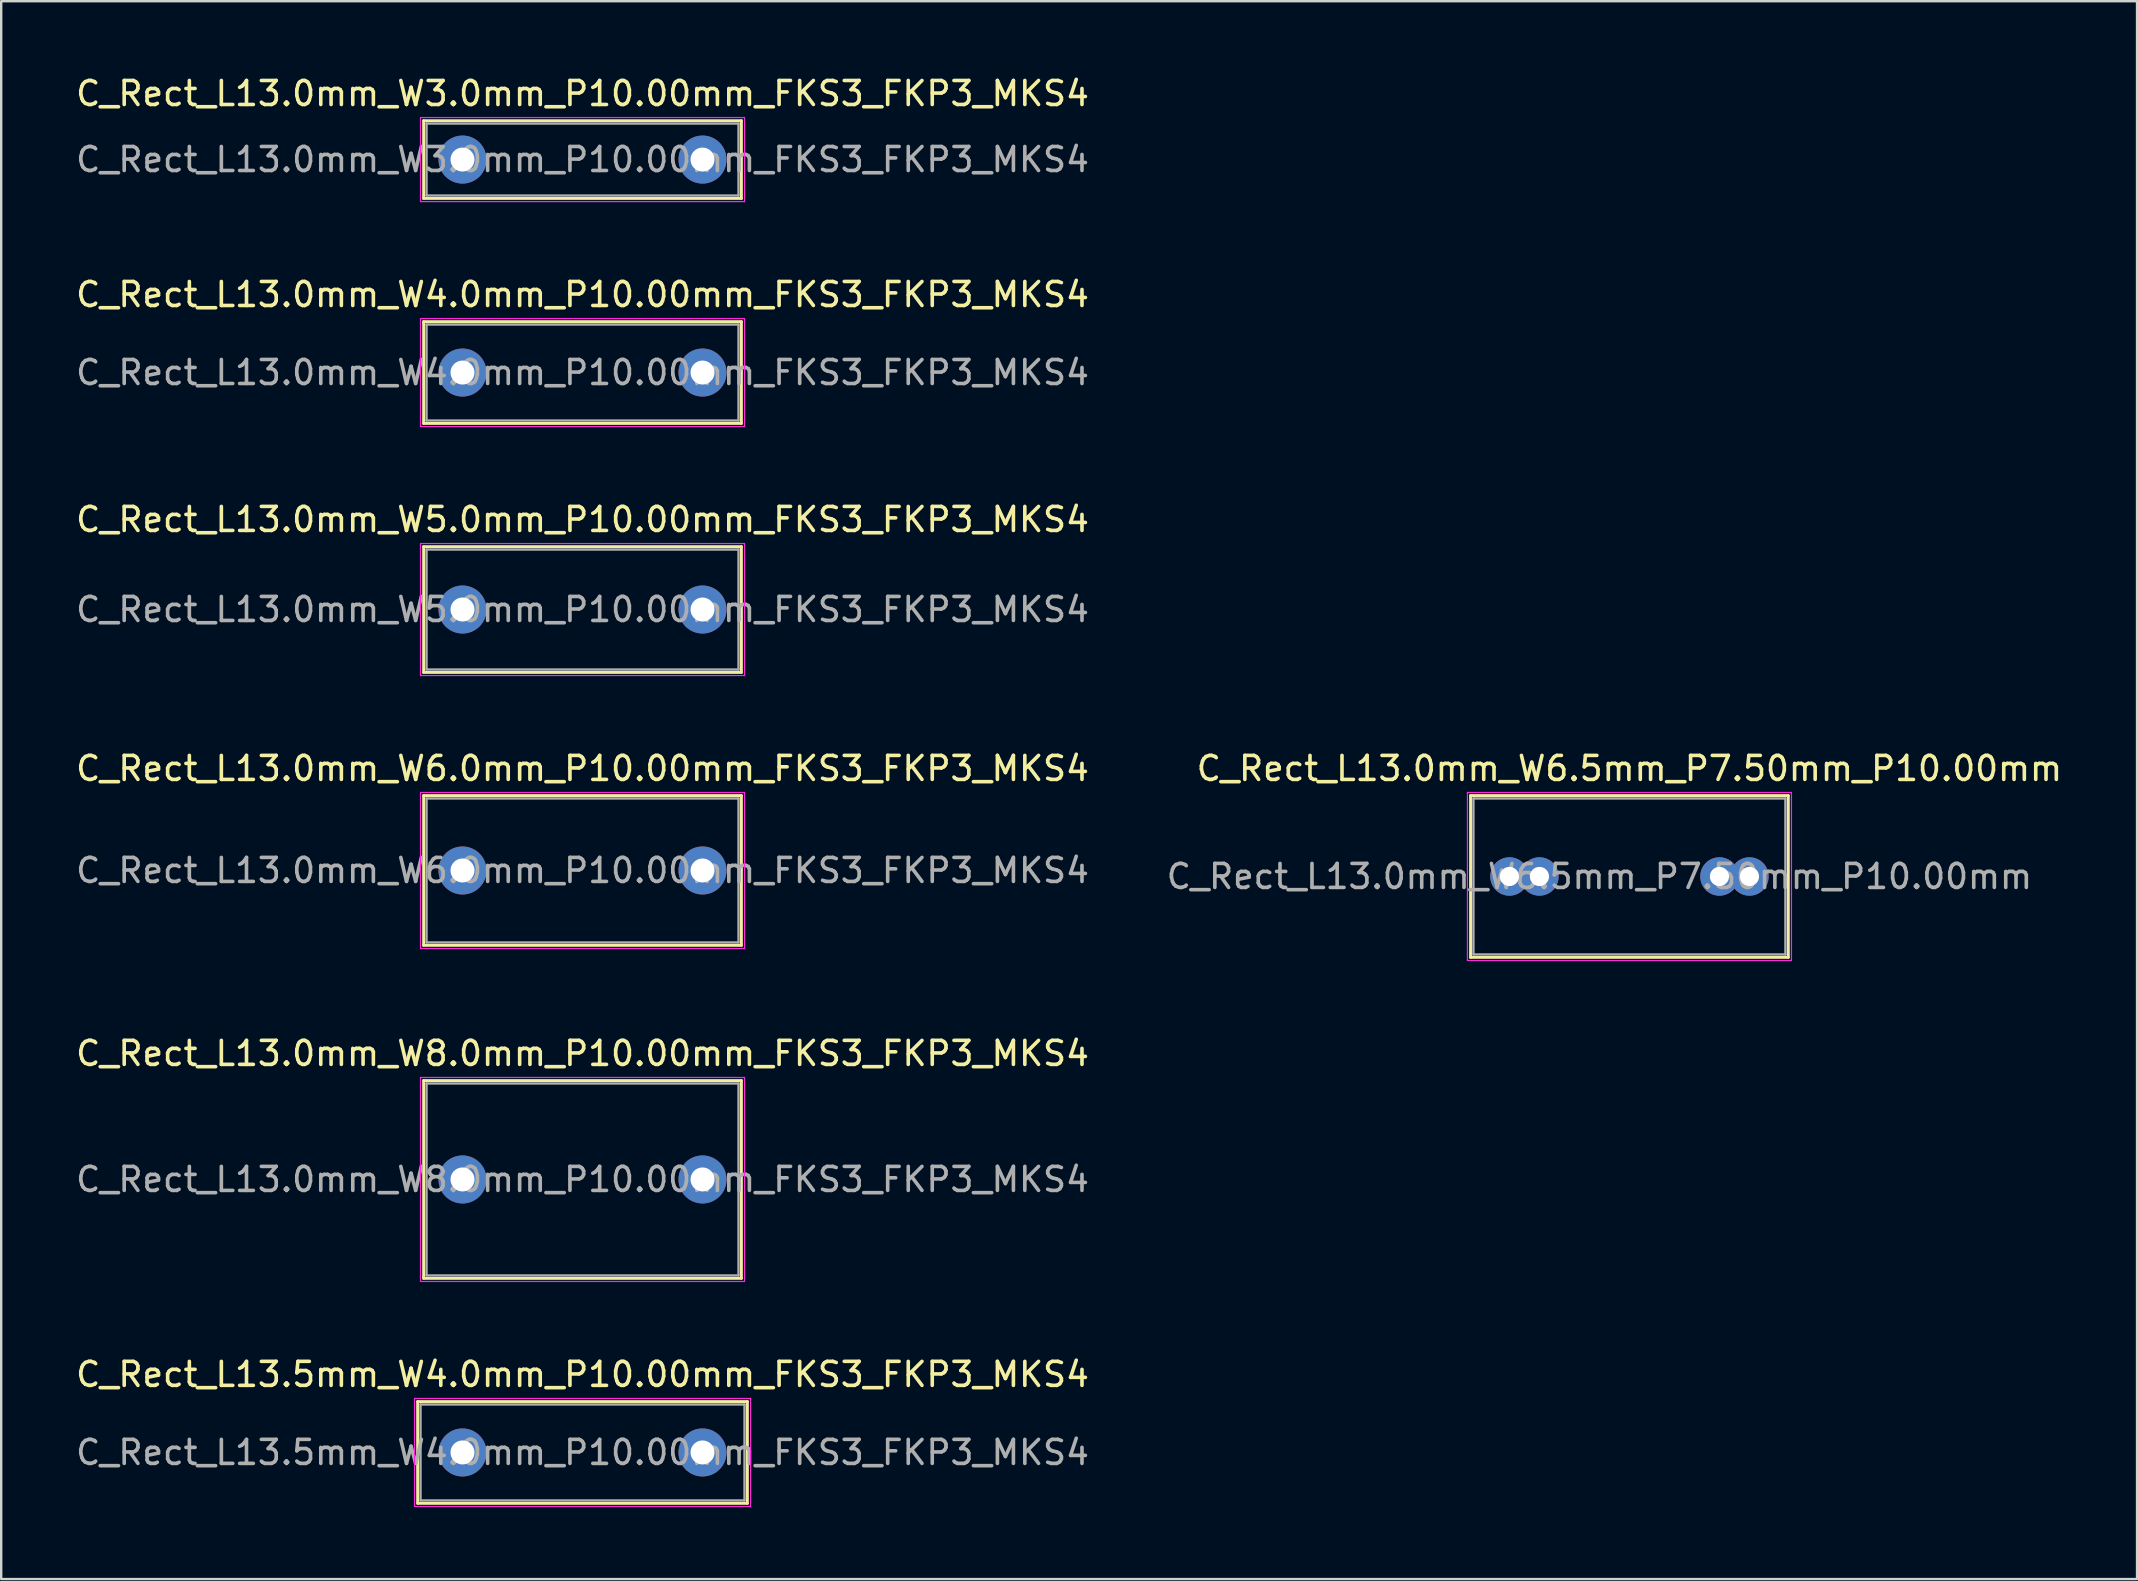
<source format=kicad_pcb>
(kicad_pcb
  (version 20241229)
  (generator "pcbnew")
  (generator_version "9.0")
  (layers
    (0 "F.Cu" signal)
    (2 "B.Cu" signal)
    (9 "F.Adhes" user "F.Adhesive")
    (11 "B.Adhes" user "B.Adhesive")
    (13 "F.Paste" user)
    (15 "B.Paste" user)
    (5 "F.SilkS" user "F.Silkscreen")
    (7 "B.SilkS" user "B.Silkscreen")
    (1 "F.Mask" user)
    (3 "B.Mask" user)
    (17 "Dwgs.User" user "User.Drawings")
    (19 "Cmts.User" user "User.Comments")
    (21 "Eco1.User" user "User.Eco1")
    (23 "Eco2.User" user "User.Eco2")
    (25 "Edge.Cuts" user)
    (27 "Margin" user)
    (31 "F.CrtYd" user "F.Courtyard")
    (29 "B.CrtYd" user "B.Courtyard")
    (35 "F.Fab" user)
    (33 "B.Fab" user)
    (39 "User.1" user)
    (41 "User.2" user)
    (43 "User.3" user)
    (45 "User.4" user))
  (footprint "C_Rect_L13.0mm_W3.0mm_P10.00mm_FKS3_FKP3_MKS4"
    (layer "F.Cu")
    (at 16.22 3.598)
    (property "Reference" "C_Rect_L13.0mm_W3.0mm_P10.00mm_FKS3_FKP3_MKS4" (at 5 -2.75 0) (layer "F.SilkS") (effects (font (size 1 1) (thickness 0.15))))
    (attr through_hole)
    (fp_line (start -1.62 -1.62) (end -1.62 1.62) (stroke (width 0.12) (type solid)) (layer "F.SilkS"))
    (fp_line (start -1.62 -1.62) (end 11.62 -1.62) (stroke (width 0.12) (type solid)) (layer "F.SilkS"))
    (fp_line (start -1.62 1.62) (end 11.62 1.62) (stroke (width 0.12) (type solid)) (layer "F.SilkS"))
    (fp_line (start 11.62 -1.62) (end 11.62 1.62) (stroke (width 0.12) (type solid)) (layer "F.SilkS"))
    (fp_line (start -1.75 -1.75) (end -1.75 1.75) (stroke (width 0.05) (type solid)) (layer "F.CrtYd"))
    (fp_line (start -1.75 1.75) (end 11.75 1.75) (stroke (width 0.05) (type solid)) (layer "F.CrtYd"))
    (fp_line (start 11.75 -1.75) (end -1.75 -1.75) (stroke (width 0.05) (type solid)) (layer "F.CrtYd"))
    (fp_line (start 11.75 1.75) (end 11.75 -1.75) (stroke (width 0.05) (type solid)) (layer "F.CrtYd"))
    (fp_line (start -1.5 -1.5) (end -1.5 1.5) (stroke (width 0.1) (type solid)) (layer "F.Fab"))
    (fp_line (start -1.5 1.5) (end 11.5 1.5) (stroke (width 0.1) (type solid)) (layer "F.Fab"))
    (fp_line (start 11.5 -1.5) (end -1.5 -1.5) (stroke (width 0.1) (type solid)) (layer "F.Fab"))
    (fp_line (start 11.5 1.5) (end 11.5 -1.5) (stroke (width 0.1) (type solid)) (layer "F.Fab"))
    (fp_text user "${REFERENCE}" (at 5 0 0) (layer "F.Fab") (effects (font (size 1 1) (thickness 0.15))))
    (pad "1" thru_hole circle (at 0 0) (size 2 2) (drill 1) (layers "*.Cu" "*.Mask"))
    (pad "2" thru_hole circle (at 10 0) (size 2 2) (drill 1) (layers "*.Cu" "*.Mask")))
  (footprint "C_Rect_L13.0mm_W4.0mm_P10.00mm_FKS3_FKP3_MKS4"
    (layer "F.Cu")
    (at 16.22 12.472)
    (property "Reference" "C_Rect_L13.0mm_W4.0mm_P10.00mm_FKS3_FKP3_MKS4" (at 5 -3.25 0) (layer "F.SilkS") (effects (font (size 1 1) (thickness 0.15))))
    (attr through_hole)
    (fp_line (start -1.62 -2.12) (end -1.62 2.12) (stroke (width 0.12) (type solid)) (layer "F.SilkS"))
    (fp_line (start -1.62 -2.12) (end 11.62 -2.12) (stroke (width 0.12) (type solid)) (layer "F.SilkS"))
    (fp_line (start -1.62 2.12) (end 11.62 2.12) (stroke (width 0.12) (type solid)) (layer "F.SilkS"))
    (fp_line (start 11.62 -2.12) (end 11.62 2.12) (stroke (width 0.12) (type solid)) (layer "F.SilkS"))
    (fp_line (start -1.75 -2.25) (end -1.75 2.25) (stroke (width 0.05) (type solid)) (layer "F.CrtYd"))
    (fp_line (start -1.75 2.25) (end 11.75 2.25) (stroke (width 0.05) (type solid)) (layer "F.CrtYd"))
    (fp_line (start 11.75 -2.25) (end -1.75 -2.25) (stroke (width 0.05) (type solid)) (layer "F.CrtYd"))
    (fp_line (start 11.75 2.25) (end 11.75 -2.25) (stroke (width 0.05) (type solid)) (layer "F.CrtYd"))
    (fp_line (start -1.5 -2) (end -1.5 2) (stroke (width 0.1) (type solid)) (layer "F.Fab"))
    (fp_line (start -1.5 2) (end 11.5 2) (stroke (width 0.1) (type solid)) (layer "F.Fab"))
    (fp_line (start 11.5 -2) (end -1.5 -2) (stroke (width 0.1) (type solid)) (layer "F.Fab"))
    (fp_line (start 11.5 2) (end 11.5 -2) (stroke (width 0.1) (type solid)) (layer "F.Fab"))
    (fp_text user "${REFERENCE}" (at 5 0 0) (layer "F.Fab") (effects (font (size 1 1) (thickness 0.15))))
    (pad "1" thru_hole circle (at 0 0) (size 2 2) (drill 1) (layers "*.Cu" "*.Mask"))
    (pad "2" thru_hole circle (at 10 0) (size 2 2) (drill 1) (layers "*.Cu" "*.Mask")))
  (footprint "C_Rect_L13.0mm_W6.0mm_P10.00mm_FKS3_FKP3_MKS4"
    (layer "F.Cu")
    (at 16.22 33.218)
    (property "Reference" "C_Rect_L13.0mm_W6.0mm_P10.00mm_FKS3_FKP3_MKS4" (at 5 -4.25 0) (layer "F.SilkS") (effects (font (size 1 1) (thickness 0.15))))
    (attr through_hole)
    (fp_line (start -1.62 -3.12) (end -1.62 3.12) (stroke (width 0.12) (type solid)) (layer "F.SilkS"))
    (fp_line (start -1.62 -3.12) (end 11.62 -3.12) (stroke (width 0.12) (type solid)) (layer "F.SilkS"))
    (fp_line (start -1.62 3.12) (end 11.62 3.12) (stroke (width 0.12) (type solid)) (layer "F.SilkS"))
    (fp_line (start 11.62 -3.12) (end 11.62 3.12) (stroke (width 0.12) (type solid)) (layer "F.SilkS"))
    (fp_line (start -1.75 -3.25) (end -1.75 3.25) (stroke (width 0.05) (type solid)) (layer "F.CrtYd"))
    (fp_line (start -1.75 3.25) (end 11.75 3.25) (stroke (width 0.05) (type solid)) (layer "F.CrtYd"))
    (fp_line (start 11.75 -3.25) (end -1.75 -3.25) (stroke (width 0.05) (type solid)) (layer "F.CrtYd"))
    (fp_line (start 11.75 3.25) (end 11.75 -3.25) (stroke (width 0.05) (type solid)) (layer "F.CrtYd"))
    (fp_line (start -1.5 -3) (end -1.5 3) (stroke (width 0.1) (type solid)) (layer "F.Fab"))
    (fp_line (start -1.5 3) (end 11.5 3) (stroke (width 0.1) (type solid)) (layer "F.Fab"))
    (fp_line (start 11.5 -3) (end -1.5 -3) (stroke (width 0.1) (type solid)) (layer "F.Fab"))
    (fp_line (start 11.5 3) (end 11.5 -3) (stroke (width 0.1) (type solid)) (layer "F.Fab"))
    (fp_text user "${REFERENCE}" (at 5 0 0) (layer "F.Fab") (effects (font (size 1 1) (thickness 0.15))))
    (pad "1" thru_hole circle (at 0 0) (size 2 2) (drill 1) (layers "*.Cu" "*.Mask"))
    (pad "2" thru_hole circle (at 10 0) (size 2 2) (drill 1) (layers "*.Cu" "*.Mask")))
  (footprint "C_Rect_L13.0mm_W8.0mm_P10.00mm_FKS3_FKP3_MKS4"
    (layer "F.Cu")
    (at 16.22 46.091)
    (property "Reference" "C_Rect_L13.0mm_W8.0mm_P10.00mm_FKS3_FKP3_MKS4" (at 5 -5.25 0) (layer "F.SilkS") (effects (font (size 1 1) (thickness 0.15))))
    (attr through_hole)
    (fp_line (start -1.62 -4.12) (end -1.62 4.12) (stroke (width 0.12) (type solid)) (layer "F.SilkS"))
    (fp_line (start -1.62 -4.12) (end 11.62 -4.12) (stroke (width 0.12) (type solid)) (layer "F.SilkS"))
    (fp_line (start -1.62 4.12) (end 11.62 4.12) (stroke (width 0.12) (type solid)) (layer "F.SilkS"))
    (fp_line (start 11.62 -4.12) (end 11.62 4.12) (stroke (width 0.12) (type solid)) (layer "F.SilkS"))
    (fp_line (start -1.75 -4.25) (end -1.75 4.25) (stroke (width 0.05) (type solid)) (layer "F.CrtYd"))
    (fp_line (start -1.75 4.25) (end 11.75 4.25) (stroke (width 0.05) (type solid)) (layer "F.CrtYd"))
    (fp_line (start 11.75 -4.25) (end -1.75 -4.25) (stroke (width 0.05) (type solid)) (layer "F.CrtYd"))
    (fp_line (start 11.75 4.25) (end 11.75 -4.25) (stroke (width 0.05) (type solid)) (layer "F.CrtYd"))
    (fp_line (start -1.5 -4) (end -1.5 4) (stroke (width 0.1) (type solid)) (layer "F.Fab"))
    (fp_line (start -1.5 4) (end 11.5 4) (stroke (width 0.1) (type solid)) (layer "F.Fab"))
    (fp_line (start 11.5 -4) (end -1.5 -4) (stroke (width 0.1) (type solid)) (layer "F.Fab"))
    (fp_line (start 11.5 4) (end 11.5 -4) (stroke (width 0.1) (type solid)) (layer "F.Fab"))
    (fp_text user "${REFERENCE}" (at 5 0 0) (layer "F.Fab") (effects (font (size 1 1) (thickness 0.15))))
    (pad "1" thru_hole circle (at 0 0) (size 2 2) (drill 1) (layers "*.Cu" "*.Mask"))
    (pad "2" thru_hole circle (at 10 0) (size 2 2) (drill 1) (layers "*.Cu" "*.Mask")))
  (footprint "C_Rect_L13.5mm_W4.0mm_P10.00mm_FKS3_FKP3_MKS4"
    (layer "F.Cu")
    (at 16.22 57.465)
    (property "Reference" "C_Rect_L13.5mm_W4.0mm_P10.00mm_FKS3_FKP3_MKS4" (at 5 -3.25 0) (layer "F.SilkS") (effects (font (size 1 1) (thickness 0.15))))
    (attr through_hole)
    (fp_line (start -1.87 -2.12) (end -1.87 2.12) (stroke (width 0.12) (type solid)) (layer "F.SilkS"))
    (fp_line (start -1.87 -2.12) (end 11.87 -2.12) (stroke (width 0.12) (type solid)) (layer "F.SilkS"))
    (fp_line (start -1.87 2.12) (end 11.87 2.12) (stroke (width 0.12) (type solid)) (layer "F.SilkS"))
    (fp_line (start 11.87 -2.12) (end 11.87 2.12) (stroke (width 0.12) (type solid)) (layer "F.SilkS"))
    (fp_line (start -2 -2.25) (end -2 2.25) (stroke (width 0.05) (type solid)) (layer "F.CrtYd"))
    (fp_line (start -2 2.25) (end 12 2.25) (stroke (width 0.05) (type solid)) (layer "F.CrtYd"))
    (fp_line (start 12 -2.25) (end -2 -2.25) (stroke (width 0.05) (type solid)) (layer "F.CrtYd"))
    (fp_line (start 12 2.25) (end 12 -2.25) (stroke (width 0.05) (type solid)) (layer "F.CrtYd"))
    (fp_line (start -1.75 -2) (end -1.75 2) (stroke (width 0.1) (type solid)) (layer "F.Fab"))
    (fp_line (start -1.75 2) (end 11.75 2) (stroke (width 0.1) (type solid)) (layer "F.Fab"))
    (fp_line (start 11.75 -2) (end -1.75 -2) (stroke (width 0.1) (type solid)) (layer "F.Fab"))
    (fp_line (start 11.75 2) (end 11.75 -2) (stroke (width 0.1) (type solid)) (layer "F.Fab"))
    (fp_text user "${REFERENCE}" (at 5 0 0) (layer "F.Fab") (effects (font (size 1 1) (thickness 0.15))))
    (pad "1" thru_hole circle (at 0 0) (size 2 2) (drill 1) (layers "*.Cu" "*.Mask"))
    (pad "2" thru_hole circle (at 10 0) (size 2 2) (drill 1) (layers "*.Cu" "*.Mask")))
  (footprint "C_Rect_L13.0mm_W6.5mm_P7.50mm_P10.00mm"
    (layer "F.Cu")
    (at 59.839 33.468)
    (property "Reference" "C_Rect_L13.0mm_W6.5mm_P7.50mm_P10.00mm" (at 5 -4.5 0) (layer "F.SilkS") (effects (font (size 1 1) (thickness 0.15))))
    (attr through_hole)
    (fp_line (start -1.62 -3.37) (end -1.62 3.37) (stroke (width 0.12) (type solid)) (layer "F.SilkS"))
    (fp_line (start -1.62 -3.37) (end 11.62 -3.37) (stroke (width 0.12) (type solid)) (layer "F.SilkS"))
    (fp_line (start -1.62 3.37) (end 11.62 3.37) (stroke (width 0.12) (type solid)) (layer "F.SilkS"))
    (fp_line (start 11.62 -3.37) (end 11.62 3.37) (stroke (width 0.12) (type solid)) (layer "F.SilkS"))
    (fp_line (start -1.75 -3.5) (end -1.75 3.5) (stroke (width 0.05) (type solid)) (layer "F.CrtYd"))
    (fp_line (start -1.75 3.5) (end 11.75 3.5) (stroke (width 0.05) (type solid)) (layer "F.CrtYd"))
    (fp_line (start 11.75 -3.5) (end -1.75 -3.5) (stroke (width 0.05) (type solid)) (layer "F.CrtYd"))
    (fp_line (start 11.75 3.5) (end 11.75 -3.5) (stroke (width 0.05) (type solid)) (layer "F.CrtYd"))
    (fp_line (start -1.5 -3.25) (end -1.5 3.25) (stroke (width 0.1) (type solid)) (layer "F.Fab"))
    (fp_line (start -1.5 3.25) (end 11.5 3.25) (stroke (width 0.1) (type solid)) (layer "F.Fab"))
    (fp_line (start 11.5 -3.25) (end -1.5 -3.25) (stroke (width 0.1) (type solid)) (layer "F.Fab"))
    (fp_line (start 11.5 3.25) (end 11.5 -3.25) (stroke (width 0.1) (type solid)) (layer "F.Fab"))
    (fp_text user "${REFERENCE}" (at 3.75 0 0) (layer "F.Fab") (effects (font (size 1 1) (thickness 0.15))))
    (pad "1" thru_hole circle (at 0 0) (size 1.6 1.6) (drill 0.8) (layers "*.Cu" "*.Mask"))
    (pad "1" thru_hole circle (at 1.25 0) (size 1.6 1.6) (drill 0.8) (layers "*.Cu" "*.Mask"))
    (pad "2" thru_hole circle (at 8.75 0) (size 1.6 1.6) (drill 0.8) (layers "*.Cu" "*.Mask"))
    (pad "2" thru_hole circle (at 10 0) (size 1.6 1.6) (drill 0.8) (layers "*.Cu" "*.Mask")))
  (footprint "C_Rect_L13.0mm_W5.0mm_P10.00mm_FKS3_FKP3_MKS4"
    (layer "F.Cu")
    (at 16.22 22.345)
    (property "Reference" "C_Rect_L13.0mm_W5.0mm_P10.00mm_FKS3_FKP3_MKS4" (at 5 -3.75 0) (layer "F.SilkS") (effects (font (size 1 1) (thickness 0.15))))
    (attr through_hole)
    (fp_line (start -1.62 -2.62) (end -1.62 2.62) (stroke (width 0.12) (type solid)) (layer "F.SilkS"))
    (fp_line (start -1.62 -2.62) (end 11.62 -2.62) (stroke (width 0.12) (type solid)) (layer "F.SilkS"))
    (fp_line (start -1.62 2.62) (end 11.62 2.62) (stroke (width 0.12) (type solid)) (layer "F.SilkS"))
    (fp_line (start 11.62 -2.62) (end 11.62 2.62) (stroke (width 0.12) (type solid)) (layer "F.SilkS"))
    (fp_line (start -1.75 -2.75) (end -1.75 2.75) (stroke (width 0.05) (type solid)) (layer "F.CrtYd"))
    (fp_line (start -1.75 2.75) (end 11.75 2.75) (stroke (width 0.05) (type solid)) (layer "F.CrtYd"))
    (fp_line (start 11.75 -2.75) (end -1.75 -2.75) (stroke (width 0.05) (type solid)) (layer "F.CrtYd"))
    (fp_line (start 11.75 2.75) (end 11.75 -2.75) (stroke (width 0.05) (type solid)) (layer "F.CrtYd"))
    (fp_line (start -1.5 -2.5) (end -1.5 2.5) (stroke (width 0.1) (type solid)) (layer "F.Fab"))
    (fp_line (start -1.5 2.5) (end 11.5 2.5) (stroke (width 0.1) (type solid)) (layer "F.Fab"))
    (fp_line (start 11.5 -2.5) (end -1.5 -2.5) (stroke (width 0.1) (type solid)) (layer "F.Fab"))
    (fp_line (start 11.5 2.5) (end 11.5 -2.5) (stroke (width 0.1) (type solid)) (layer "F.Fab"))
    (fp_text user "${REFERENCE}" (at 5 0 0) (layer "F.Fab") (effects (font (size 1 1) (thickness 0.15))))
    (pad "1" thru_hole circle (at 0 0) (size 2 2) (drill 1) (layers "*.Cu" "*.Mask"))
    (pad "2" thru_hole circle (at 10 0) (size 2 2) (drill 1) (layers "*.Cu" "*.Mask")))
  (gr_rect
    (start -3 -3)
    (end 85.988 62.739)
    (stroke (width 0.1) (type default))
    (fill no)
    (layer "Edge.Cuts")))
</source>
